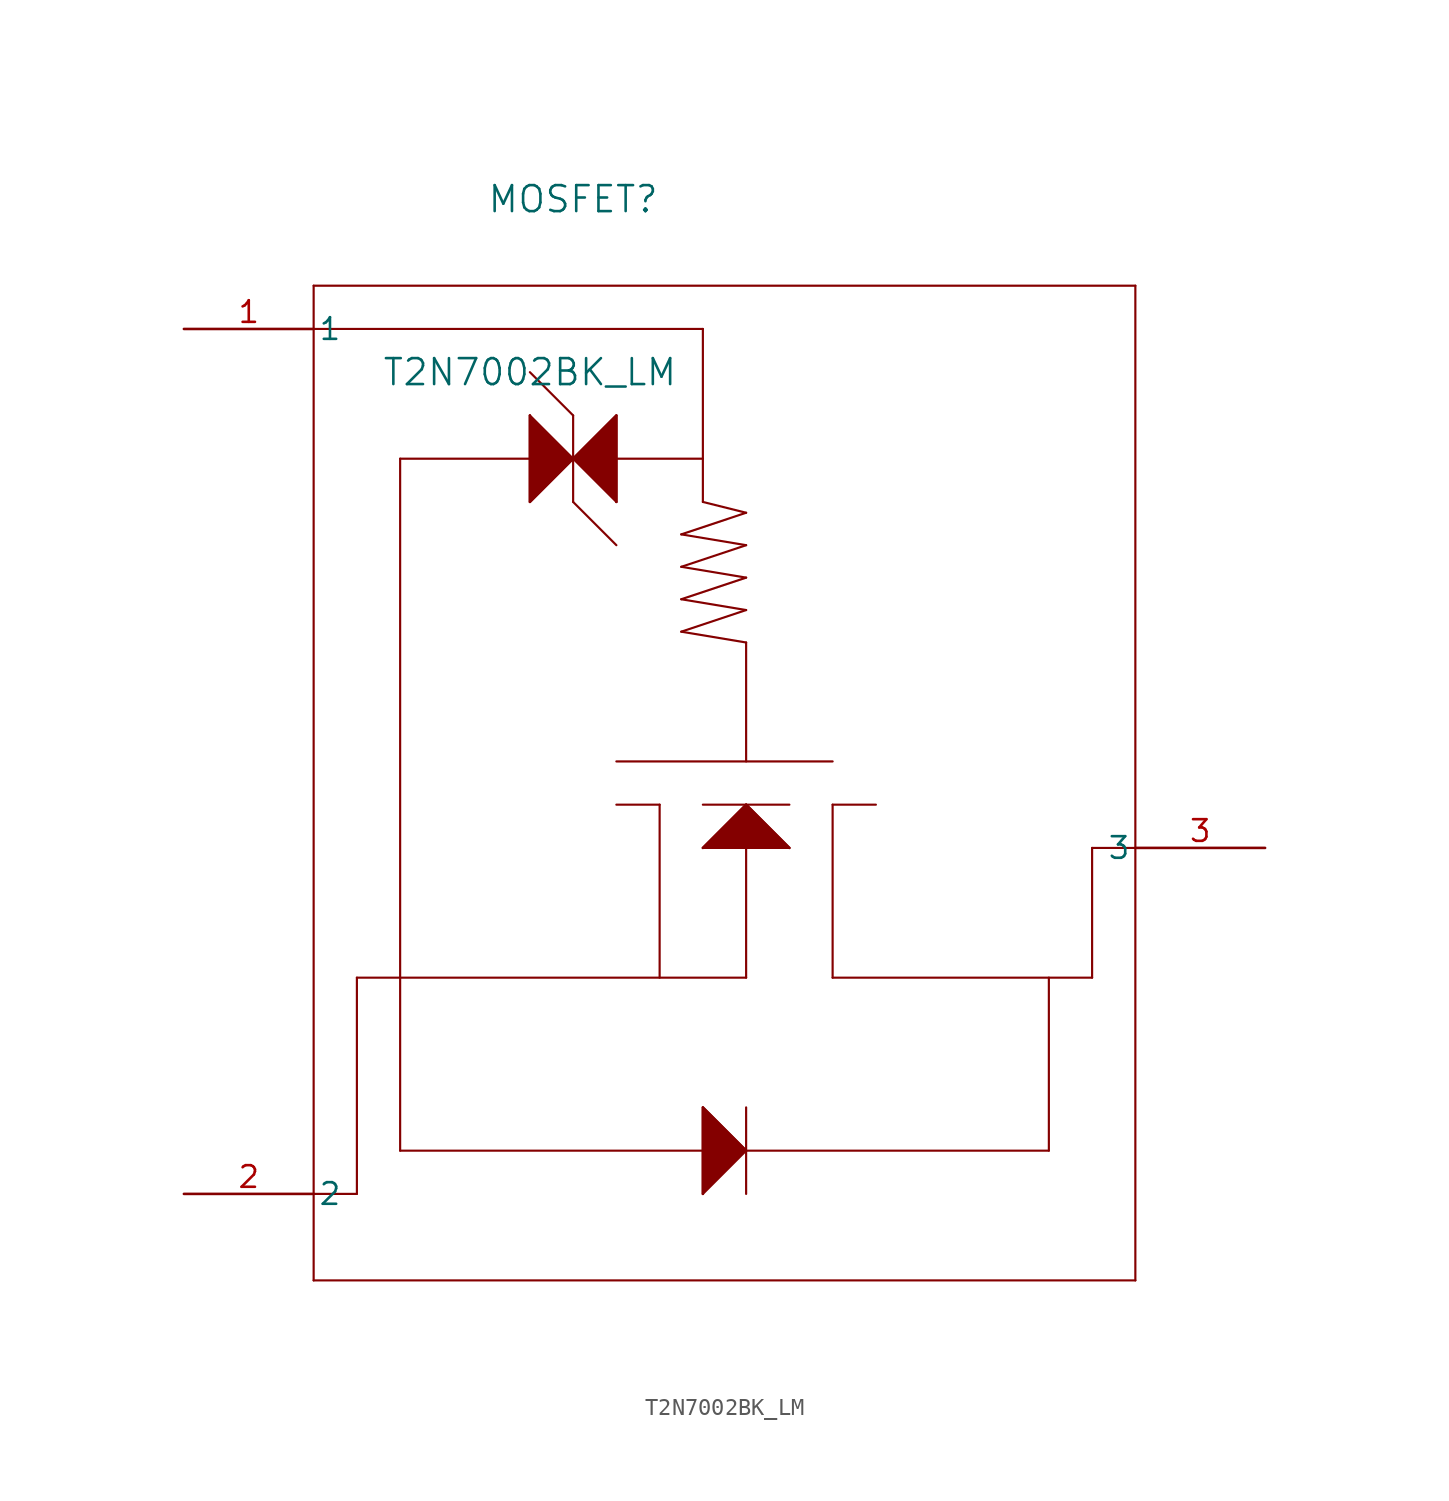
<source format=kicad_sym>
(kicad_symbol_lib
  (version 20211014)
  (generator kicad_symbol_editor)
  (symbol "T2N7002BK_LM"
    (pin_names
      (offset 0.254))
    (property "Reference" "MOSFET"
      (at 22.86 7.62 0)
      (effects (font (size 1.524 1.524))))
    (property "Value" "T2N7002BK_LM"
      (at 20.32 -2.54 0)
      (effects (font (size 1.524 1.524))))
    (symbol "T2N7002BK_LM_0_1"
      (polyline (pts (xy 7.62 2.54) (xy 7.62 -55.88)) (stroke (width 0.127) (type default) (color 0 0 0 0)) (fill (type none)))
      (polyline (pts (xy 7.62 -55.88) (xy 55.88 -55.88)) (stroke (width 0.127) (type default) (color 0 0 0 0)) (fill (type none)))
      (polyline (pts (xy 55.88 -55.88) (xy 55.88 2.54)) (stroke (width 0.127) (type default) (color 0 0 0 0)) (fill (type none)))
      (polyline (pts (xy 55.88 2.54) (xy 7.62 2.54)) (stroke (width 0.127) (type default) (color 0 0 0 0)) (fill (type none)))
      (polyline (pts (xy 7.62 0) (xy 30.48 0)) (stroke (width 0.127) (type default) (color 0 0 0 0)) (fill (type none)))
      (polyline (pts (xy 12.7 -7.62) (xy 30.48 -7.62)) (stroke (width 0.127) (type default) (color 0 0 0 0)) (fill (type none)))
      (polyline (pts (xy 25.4 -25.4) (xy 38.1 -25.4)) (stroke (width 0.127) (type default) (color 0 0 0 0)) (fill (type none)))
      (polyline (pts (xy 25.4 -5.08) (xy 25.4 -10.16)) (stroke (width 0.127) (type default) (color 0 0 0 0)) (fill (type none)))
      (polyline (pts (xy 25.4 -10.16) (xy 22.86 -7.62)) (stroke (width 0.127) (type default) (color 0 0 0 0)) (fill (type none)))
      (polyline (pts (xy 25.4 -5.08) (xy 22.86 -7.62)) (stroke (width 0.127) (type default) (color 0 0 0 0)) (fill (type none)))
      (polyline (pts (xy 22.86 -7.62) (xy 20.32 -5.08)) (stroke (width 0.127) (type default) (color 0 0 0 0)) (fill (type none)))
      (polyline (pts (xy 33.02 -27.94) (xy 33.02 -38.1)) (stroke (width 0.127) (type default) (color 0 0 0 0)) (fill (type none)))
      (polyline (pts (xy 30.48 -30.48) (xy 35.56 -30.48)) (stroke (width 0.127) (type default) (color 0 0 0 0)) (fill (type none)))
      (polyline (pts (xy 30.48 -30.48) (xy 33.02 -27.94)) (stroke (width 0.127) (type default) (color 0 0 0 0)) (fill (type none)))
      (polyline (pts (xy 33.02 -27.94) (xy 35.56 -30.48)) (stroke (width 0.127) (type default) (color 0 0 0 0)) (fill (type none)))
      (polyline (pts (xy 12.7 -48.26) (xy 50.8 -48.26)) (stroke (width 0.127) (type default) (color 0 0 0 0)) (fill (type none)))
      (polyline (pts (xy 30.48 -45.72) (xy 30.48 -50.8)) (stroke (width 0.127) (type default) (color 0 0 0 0)) (fill (type none)))
      (polyline (pts (xy 30.48 -50.8) (xy 33.02 -48.26)) (stroke (width 0.127) (type default) (color 0 0 0 0)) (fill (type none)))
      (polyline (pts (xy 12.7 -7.62) (xy 12.7 -48.26)) (stroke (width 0.127) (type default) (color 0 0 0 0)) (fill (type none)))
      (polyline (pts (xy 12.7 -38.1) (xy 10.16 -38.1)) (stroke (width 0.127) (type default) (color 0 0 0 0)) (fill (type none)))
      (polyline (pts (xy 10.16 -38.1) (xy 10.16 -50.8)) (stroke (width 0.127) (type default) (color 0 0 0 0)) (fill (type none)))
      (polyline (pts (xy 10.16 -50.8) (xy 7.62 -50.8)) (stroke (width 0.127) (type default) (color 0 0 0 0)) (fill (type none)))
      (polyline (pts (xy 30.48 -45.72) (xy 33.02 -48.26)) (stroke (width 0.127) (type default) (color 0 0 0 0)) (fill (type none)))
      (polyline (pts (xy 33.02 -45.72) (xy 33.02 -50.8)) (stroke (width 0.127) (type default) (color 0 0 0 0)) (fill (type none)))
      (polyline (pts (xy 30.48 -50.8) (xy 30.48 -45.72) (xy 33.02 -48.26)) (stroke (width 0) (type default) (color 0 0 0 0)) (fill (type outline)))
      (polyline (pts (xy 30.48 -30.48) (xy 33.02 -27.94) (xy 35.56 -30.48)) (stroke (width 0) (type default) (color 0 0 0 0)) (fill (type outline)))
      (polyline (pts (xy 20.32 -5.08) (xy 20.32 -10.16)) (stroke (width 0.127) (type default) (color 0 0 0 0)) (fill (type none)))
      (polyline (pts (xy 20.32 -10.16) (xy 22.86 -7.62)) (stroke (width 0.127) (type default) (color 0 0 0 0)) (fill (type none)))
      (polyline (pts (xy 38.1 -38.1) (xy 38.1 -27.94)) (stroke (width 0.127) (type default) (color 0 0 0 0)) (fill (type none)))
      (polyline (pts (xy 38.1 -38.1) (xy 53.34 -38.1)) (stroke (width 0.127) (type default) (color 0 0 0 0)) (fill (type none)))
      (polyline (pts (xy 53.34 -30.48) (xy 55.88 -30.48)) (stroke (width 0.127) (type default) (color 0 0 0 0)) (fill (type none)))
      (polyline (pts (xy 53.34 -38.1) (xy 53.34 -30.48)) (stroke (width 0.127) (type default) (color 0 0 0 0)) (fill (type none)))
      (polyline (pts (xy 50.8 -48.26) (xy 50.8 -38.1)) (stroke (width 0.127) (type default) (color 0 0 0 0)) (fill (type none)))
      (polyline (pts (xy 22.86 -10.16) (xy 22.86 -5.08)) (stroke (width 0.127) (type default) (color 0 0 0 0)) (fill (type none)))
      (polyline (pts (xy 38.1 -27.94) (xy 40.64 -27.94)) (stroke (width 0.127) (type default) (color 0 0 0 0)) (fill (type none)))
      (polyline (pts (xy 22.86 -5.08) (xy 20.32 -2.54)) (stroke (width 0.127) (type default) (color 0 0 0 0)) (fill (type none)))
      (polyline (pts (xy 22.86 -10.16) (xy 25.4 -12.7)) (stroke (width 0.127) (type default) (color 0 0 0 0)) (fill (type none)))
      (polyline (pts (xy 20.32 -5.08) (xy 20.32 -10.16) (xy 22.86 -7.62)) (stroke (width 0) (type default) (color 0 0 0 0)) (fill (type outline)))
      (polyline (pts (xy 22.86 -7.62) (xy 25.4 -5.08) (xy 25.4 -10.16)) (stroke (width 0) (type default) (color 0 0 0 0)) (fill (type outline)))
      (polyline (pts (xy 33.02 -38.1) (xy 12.7 -38.1)) (stroke (width 0.127) (type default) (color 0 0 0 0)) (fill (type none)))
      (polyline (pts (xy 25.4 -27.94) (xy 27.94 -27.94)) (stroke (width 0.127) (type default) (color 0 0 0 0)) (fill (type none)))
      (polyline (pts (xy 27.94 -27.94) (xy 27.94 -38.1)) (stroke (width 0.127) (type default) (color 0 0 0 0)) (fill (type none)))
      (polyline (pts (xy 30.48 -27.94) (xy 35.56 -27.94)) (stroke (width 0.127) (type default) (color 0 0 0 0)) (fill (type none)))
      (polyline (pts (xy 30.48 0) (xy 30.48 -10.16)) (stroke (width 0.127) (type default) (color 0 0 0 0)) (fill (type none)))
      (polyline (pts (xy 30.48 -10.16) (xy 33.02 -10.795)) (stroke (width 0.127) (type default) (color 0 0 0 0)) (fill (type none)))
      (polyline (pts (xy 33.02 -10.795) (xy 29.21 -12.065)) (stroke (width 0.127) (type default) (color 0 0 0 0)) (fill (type none)))
      (polyline (pts (xy 29.21 -12.065) (xy 33.02 -12.7)) (stroke (width 0.127) (type default) (color 0 0 0 0)) (fill (type none)))
      (polyline (pts (xy 33.02 -12.7) (xy 29.21 -13.97)) (stroke (width 0.127) (type default) (color 0 0 0 0)) (fill (type none)))
      (polyline (pts (xy 29.21 -13.97) (xy 33.02 -14.605)) (stroke (width 0.127) (type default) (color 0 0 0 0)) (fill (type none)))
      (polyline (pts (xy 33.02 -14.605) (xy 29.21 -15.875)) (stroke (width 0.127) (type default) (color 0 0 0 0)) (fill (type none)))
      (polyline (pts (xy 29.21 -15.875) (xy 33.02 -16.51)) (stroke (width 0.127) (type default) (color 0 0 0 0)) (fill (type none)))
      (polyline (pts (xy 33.02 -16.51) (xy 29.21 -17.78)) (stroke (width 0.127) (type default) (color 0 0 0 0)) (fill (type none)))
      (polyline (pts (xy 29.21 -17.78) (xy 33.02 -18.415)) (stroke (width 0.127) (type default) (color 0 0 0 0)) (fill (type none)))
      (polyline (pts (xy 33.02 -18.415) (xy 33.02 -25.4)) (stroke (width 0.127) (type default) (color 0 0 0 0)) (fill (type none)))
      (pin unspecified line (at 0 0 0) (length 7.62) (name "1" (effects (font (size 1.27 1.27)))) (number "1" (effects (font (size 1.27 1.27)))))
      (pin unspecified line (at 0 -50.8 0) (length 7.62) (name "2" (effects (font (size 1.27 1.27)))) (number "2" (effects (font (size 1.27 1.27)))))
      (pin unspecified line (at 63.5 -30.48 180) (length 7.62) (name "3" (effects (font (size 1.27 1.27)))) (number "3" (effects (font (size 1.27 1.27))))))))
</source>
